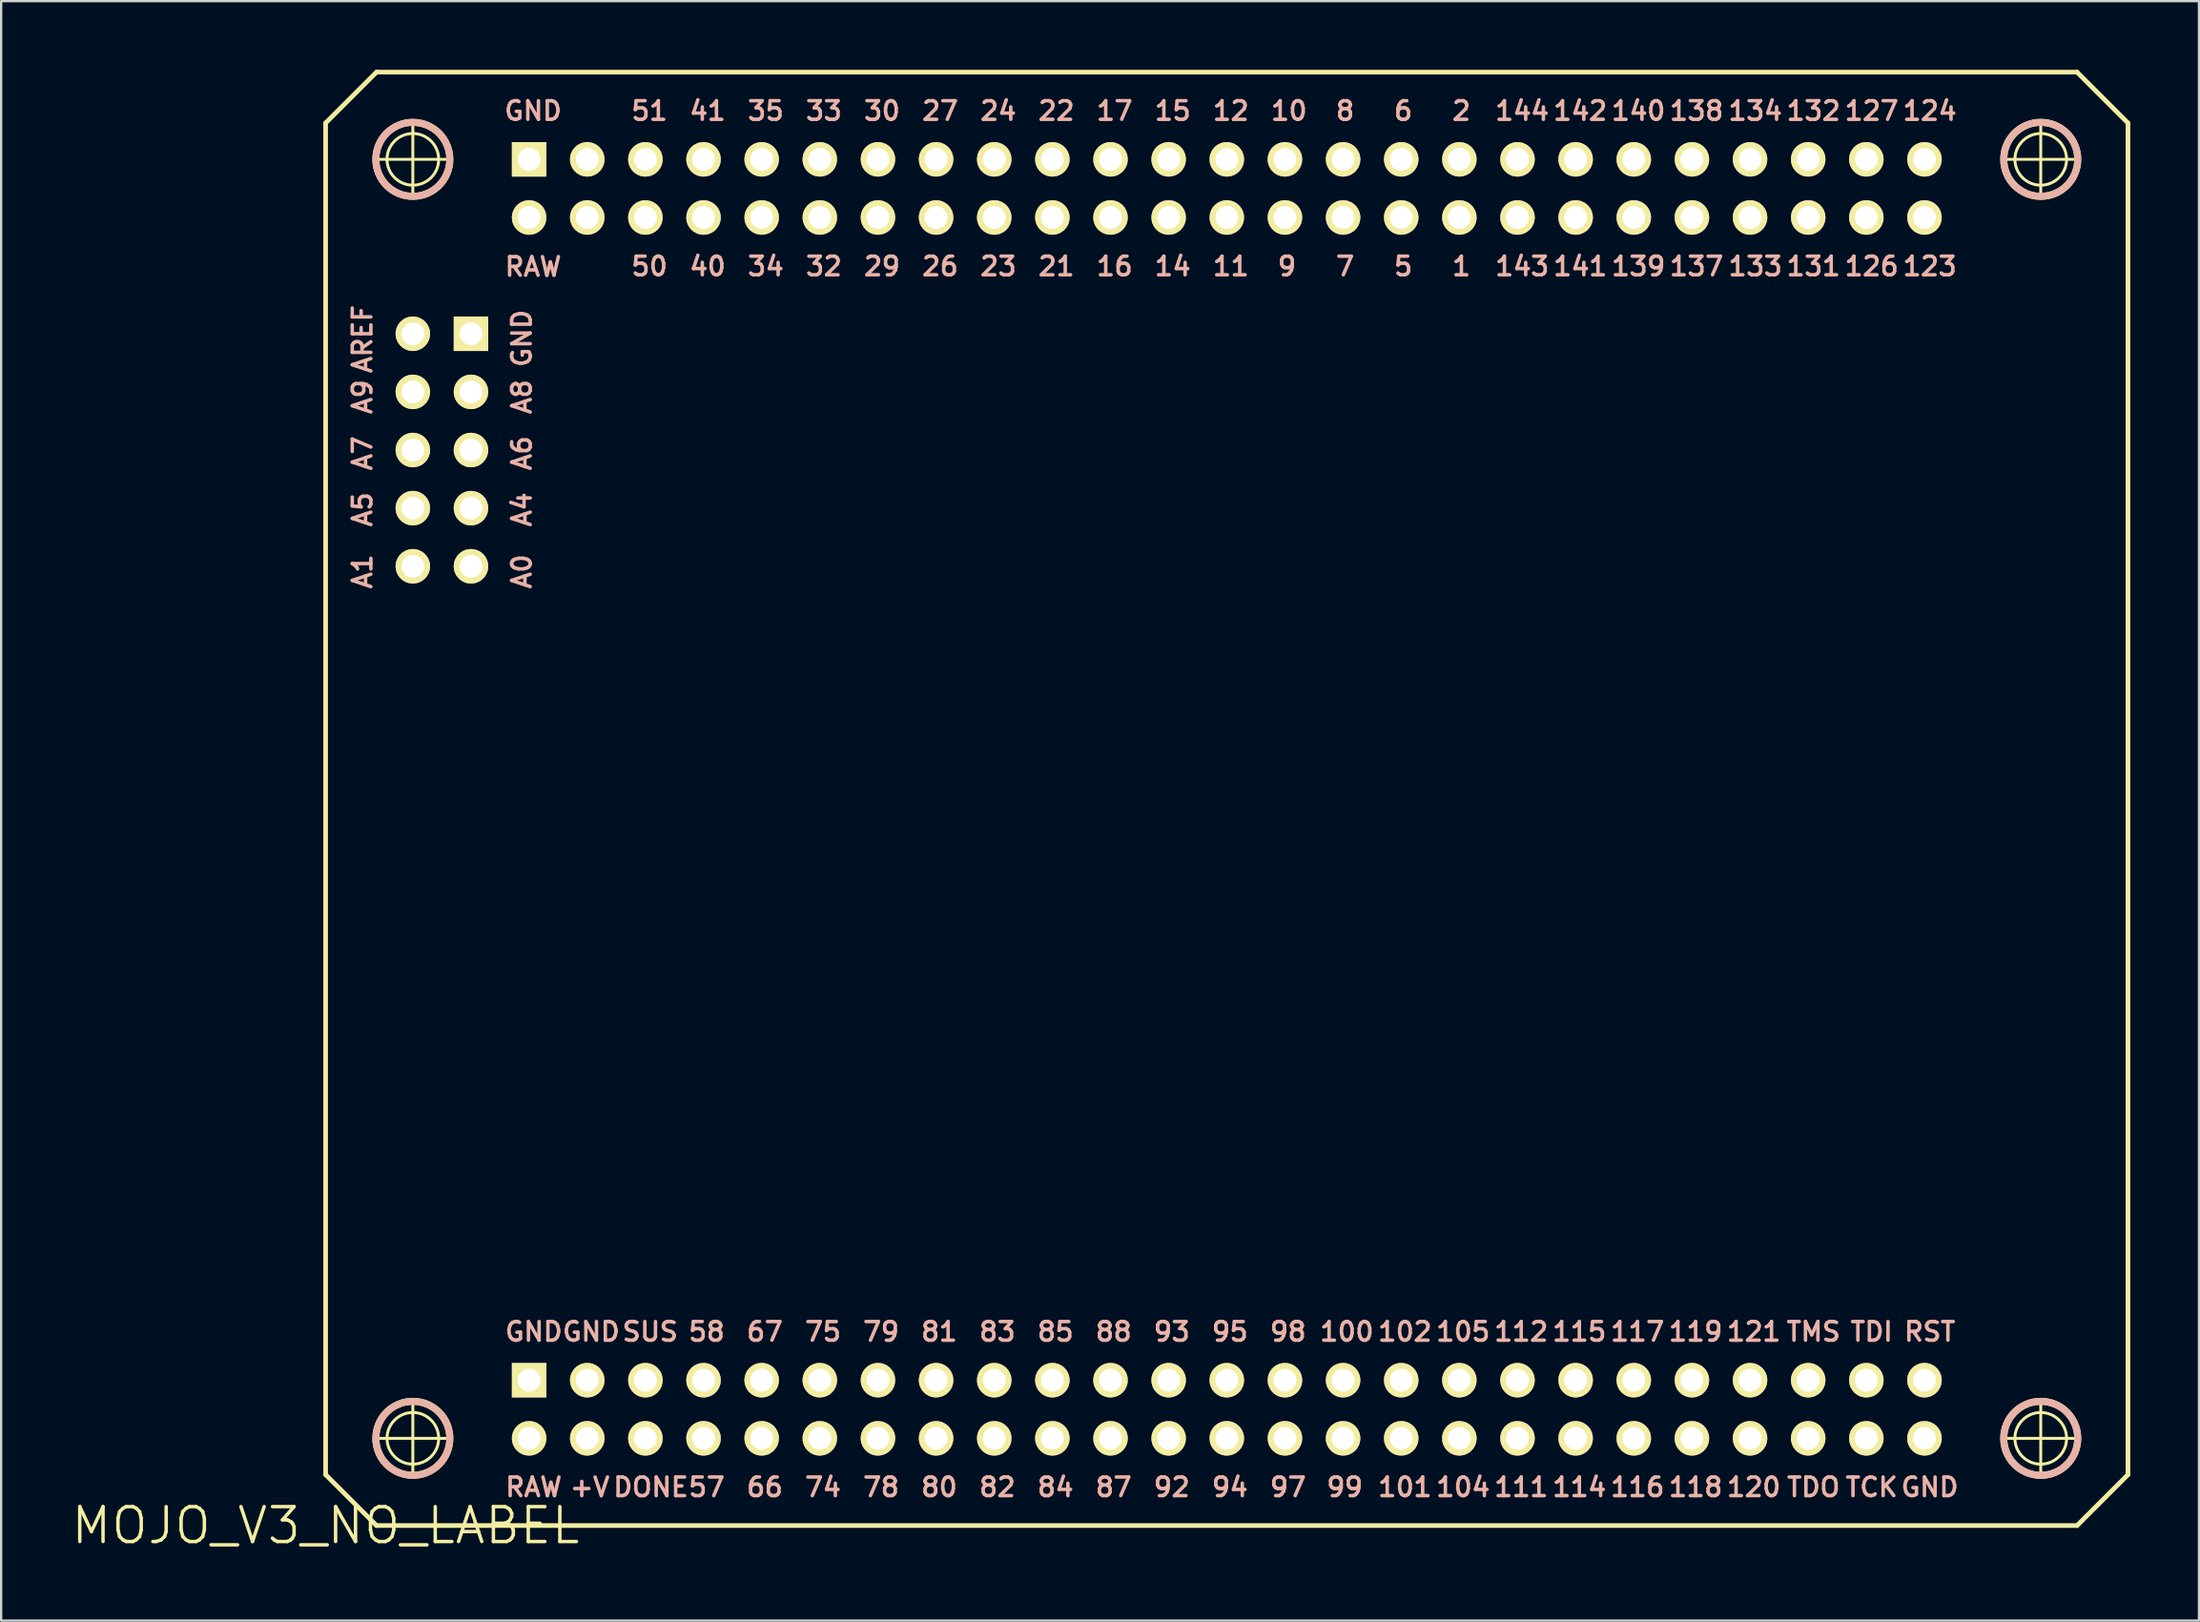
<source format=kicad_pcb>
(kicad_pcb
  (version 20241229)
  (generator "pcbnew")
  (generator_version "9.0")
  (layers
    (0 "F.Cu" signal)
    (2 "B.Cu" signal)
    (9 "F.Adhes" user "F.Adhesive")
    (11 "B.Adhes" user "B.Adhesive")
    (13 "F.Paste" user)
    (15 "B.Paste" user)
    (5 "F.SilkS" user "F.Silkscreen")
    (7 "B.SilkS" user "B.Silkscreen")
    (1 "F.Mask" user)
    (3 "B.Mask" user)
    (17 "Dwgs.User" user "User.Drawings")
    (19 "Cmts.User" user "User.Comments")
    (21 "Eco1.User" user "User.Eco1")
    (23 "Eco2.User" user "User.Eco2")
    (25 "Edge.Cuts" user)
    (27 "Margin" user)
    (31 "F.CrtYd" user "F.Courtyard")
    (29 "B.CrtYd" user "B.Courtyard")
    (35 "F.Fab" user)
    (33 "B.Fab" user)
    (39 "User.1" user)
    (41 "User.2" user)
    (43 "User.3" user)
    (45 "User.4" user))
  (footprint "MOJO_V3_NO_LABEL"
    (layer "F.Cu")
    (at 11.176 63.602)
    (property "Reference" "MOJO_V3_NO_LABEL" (at 0 0 0) (layer "F.SilkS") (effects (font (size 1.524 1.524) (thickness 0.15))))
    (attr exclude_from_pos_files exclude_from_bom)
    (fp_line (start 0 -61.278) (end 0 -2.223) (stroke (width 0.203) (type solid)) (layer "F.SilkS"))
    (fp_line (start 0 -2.223) (end 2.223 0) (stroke (width 0.203) (type solid)) (layer "F.SilkS"))
    (fp_line (start 2.21 -59.69) (end 5.408 -59.69) (stroke (width 0.127) (type solid)) (layer "F.SilkS"))
    (fp_line (start 2.21 -3.81) (end 5.408 -3.81) (stroke (width 0.127) (type solid)) (layer "F.SilkS"))
    (fp_line (start 2.223 -63.5) (end 0 -61.278) (stroke (width 0.203) (type solid)) (layer "F.SilkS"))
    (fp_line (start 2.223 0) (end 76.517 0) (stroke (width 0.203) (type solid)) (layer "F.SilkS"))
    (fp_line (start 3.81 -58.09) (end 3.81 -61.288) (stroke (width 0.127) (type solid)) (layer "F.SilkS"))
    (fp_line (start 3.81 -2.21) (end 3.81 -5.408) (stroke (width 0.127) (type solid)) (layer "F.SilkS"))
    (fp_line (start 73.33 -59.69) (end 76.528 -59.69) (stroke (width 0.127) (type solid)) (layer "F.SilkS"))
    (fp_line (start 73.33 -3.81) (end 76.528 -3.81) (stroke (width 0.127) (type solid)) (layer "F.SilkS"))
    (fp_line (start 74.93 -58.09) (end 74.93 -61.288) (stroke (width 0.127) (type solid)) (layer "F.SilkS"))
    (fp_line (start 74.93 -2.21) (end 74.93 -5.408) (stroke (width 0.127) (type solid)) (layer "F.SilkS"))
    (fp_line (start 76.517 -63.5) (end 2.223 -63.5) (stroke (width 0.203) (type solid)) (layer "F.SilkS"))
    (fp_line (start 76.517 0) (end 78.74 -2.223) (stroke (width 0.203) (type solid)) (layer "F.SilkS"))
    (fp_line (start 78.74 -61.278) (end 76.517 -63.5) (stroke (width 0.203) (type solid)) (layer "F.SilkS"))
    (fp_line (start 78.74 -2.223) (end 78.74 -61.278) (stroke (width 0.203) (type solid)) (layer "F.SilkS"))
    (fp_circle (center 3.81 -59.69) (end 4.608 -60.488) (stroke (width 0.127) (type solid)) (fill no) (layer "F.SilkS"))
    (fp_circle (center 3.81 -59.69) (end 4.953 -60.833) (stroke (width 0.305) (type solid)) (fill no) (layer "F.SilkS"))
    (fp_circle (center 3.81 -3.81) (end 4.608 -4.608) (stroke (width 0.127) (type solid)) (fill no) (layer "F.SilkS"))
    (fp_circle (center 3.81 -3.81) (end 4.953 -4.953) (stroke (width 0.305) (type solid)) (fill no) (layer "F.SilkS"))
    (fp_circle (center 74.93 -59.69) (end 75.728 -60.488) (stroke (width 0.127) (type solid)) (fill no) (layer "F.SilkS"))
    (fp_circle (center 74.93 -59.69) (end 76.073 -60.833) (stroke (width 0.305) (type solid)) (fill no) (layer "F.SilkS"))
    (fp_circle (center 74.93 -3.81) (end 75.728 -4.608) (stroke (width 0.127) (type solid)) (fill no) (layer "F.SilkS"))
    (fp_circle (center 74.93 -3.81) (end 76.073 -4.953) (stroke (width 0.305) (type solid)) (fill no) (layer "F.SilkS"))
    (fp_circle (center 3.81 -59.69) (end 4.953 -60.833) (stroke (width 0.305) (type solid)) (fill no) (layer "B.SilkS"))
    (fp_circle (center 3.81 -3.81) (end 4.953 -4.953) (stroke (width 0.305) (type solid)) (fill no) (layer "B.SilkS"))
    (fp_circle (center 74.93 -59.69) (end 76.073 -60.833) (stroke (width 0.305) (type solid)) (fill no) (layer "B.SilkS"))
    (fp_circle (center 74.93 -3.81) (end 76.073 -4.953) (stroke (width 0.305) (type solid)) (fill no) (layer "B.SilkS"))
    (fp_text user "GND" (at 9.093 -8.468 0) (layer "B.SilkS") (effects (font (size 0.813 0.813) (thickness 0.152))))
    (fp_text user "114" (at 54.773 -1.676 0) (layer "B.SilkS") (effects (font (size 0.813 0.813) (thickness 0.152))))
    (fp_text user "79" (at 24.267 -8.468 0) (layer "B.SilkS") (effects (font (size 0.813 0.813) (thickness 0.152))))
    (fp_text user "22" (at 31.925 -61.808 0) (layer "B.SilkS") (effects (font (size 0.813 0.813) (thickness 0.152))))
    (fp_text user "127" (at 67.541 -61.808 0) (layer "B.SilkS") (effects (font (size 0.813 0.813) (thickness 0.152))))
    (fp_text user "133" (at 62.461 -55.016 0) (layer "B.SilkS") (effects (font (size 0.813 0.813) (thickness 0.152))))
    (fp_text user "75" (at 21.727 -8.468 0) (layer "B.SilkS") (effects (font (size 0.813 0.813) (thickness 0.152))))
    (fp_text user "33" (at 21.768 -61.808 0) (layer "B.SilkS") (effects (font (size 0.813 0.813) (thickness 0.152))))
    (fp_text user "140" (at 57.353 -61.808 0) (layer "B.SilkS") (effects (font (size 0.813 0.813) (thickness 0.152))))
    (fp_text user "74" (at 21.727 -1.676 0) (layer "B.SilkS") (effects (font (size 0.813 0.813) (thickness 0.152))))
    (fp_text user "120" (at 62.393 -1.676 0) (layer "B.SilkS") (effects (font (size 0.813 0.813) (thickness 0.152))))
    (fp_text user "30" (at 24.308 -61.808 0) (layer "B.SilkS") (effects (font (size 0.813 0.813) (thickness 0.152))))
    (fp_text user "87" (at 34.427 -1.676 0) (layer "B.SilkS") (effects (font (size 0.813 0.813) (thickness 0.152))))
    (fp_text user "92" (at 36.967 -1.676 0) (layer "B.SilkS") (effects (font (size 0.813 0.813) (thickness 0.152))))
    (fp_text user "81" (at 26.807 -8.468 0) (layer "B.SilkS") (effects (font (size 0.813 0.813) (thickness 0.152))))
    (fp_text user "RAW" (at 9.065 -54.996 0) (layer "B.SilkS") (effects (font (size 0.813 0.813) (thickness 0.152))))
    (fp_text user "DONE" (at 14.209 -1.676 0) (layer "B.SilkS") (effects (font (size 0.813 0.813) (thickness 0.152))))
    (fp_text user "131" (at 65.001 -55.016 0) (layer "B.SilkS") (effects (font (size 0.813 0.813) (thickness 0.152))))
    (fp_text user "123" (at 70.081 -55.016 0) (layer "B.SilkS") (effects (font (size 0.813 0.813) (thickness 0.152))))
    (fp_text user "88" (at 34.427 -8.468 0) (layer "B.SilkS") (effects (font (size 0.813 0.813) (thickness 0.152))))
    (fp_text user "115" (at 54.773 -8.468 0) (layer "B.SilkS") (effects (font (size 0.813 0.813) (thickness 0.152))))
    (fp_text user "A5" (at 1.608 -44.392 270) (layer "B.SilkS") (effects (font (size 0.813 0.813) (thickness 0.152))))
    (fp_text user "A1" (at 1.608 -41.681 270) (layer "B.SilkS") (effects (font (size 0.813 0.813) (thickness 0.152))))
    (fp_text user "2" (at 49.619 -61.808 0) (layer "B.SilkS") (effects (font (size 0.813 0.813) (thickness 0.152))))
    (fp_text user "21" (at 31.925 -55.016 0) (layer "B.SilkS") (effects (font (size 0.813 0.813) (thickness 0.152))))
    (fp_text user "SUS" (at 14.178 -8.468 0) (layer "B.SilkS") (effects (font (size 0.813 0.813) (thickness 0.152))))
    (fp_text user "7" (at 44.539 -55.016 0) (layer "B.SilkS") (effects (font (size 0.813 0.813) (thickness 0.152))))
    (fp_text user "A6" (at 8.57 -46.85 270) (layer "B.SilkS") (effects (font (size 0.813 0.813) (thickness 0.152))))
    (fp_text user "16" (at 34.468 -55.016 0) (layer "B.SilkS") (effects (font (size 0.813 0.813) (thickness 0.152))))
    (fp_text user "119" (at 59.853 -8.468 0) (layer "B.SilkS") (effects (font (size 0.813 0.813) (thickness 0.152))))
    (fp_text user "8" (at 44.539 -61.808 0) (layer "B.SilkS") (effects (font (size 0.813 0.813) (thickness 0.152))))
    (fp_text user "51" (at 14.148 -61.808 0) (layer "B.SilkS") (effects (font (size 0.813 0.813) (thickness 0.152))))
    (fp_text user "111" (at 52.233 -1.676 0) (layer "B.SilkS") (effects (font (size 0.813 0.813) (thickness 0.152))))
    (fp_text user "58" (at 16.647 -8.468 0) (layer "B.SilkS") (effects (font (size 0.813 0.813) (thickness 0.152))))
    (fp_text user "85" (at 31.887 -8.468 0) (layer "B.SilkS") (effects (font (size 0.813 0.813) (thickness 0.152))))
    (fp_text user "GND" (at 11.6 -8.468 0) (layer "B.SilkS") (effects (font (size 0.813 0.813) (thickness 0.152))))
    (fp_text user "99" (at 44.524 -1.676 0) (layer "B.SilkS") (effects (font (size 0.813 0.813) (thickness 0.152))))
    (fp_text user "GND" (at 8.57 -51.869 270) (layer "B.SilkS") (effects (font (size 0.813 0.813) (thickness 0.152))))
    (fp_text user "100" (at 44.613 -8.468 0) (layer "B.SilkS") (effects (font (size 0.813 0.813) (thickness 0.152))))
    (fp_text user "141" (at 54.813 -55.016 0) (layer "B.SilkS") (effects (font (size 0.813 0.813) (thickness 0.152))))
    (fp_text user "142" (at 54.813 -61.808 0) (layer "B.SilkS") (effects (font (size 0.813 0.813) (thickness 0.152))))
    (fp_text user "9" (at 41.999 -55.016 0) (layer "B.SilkS") (effects (font (size 0.813 0.813) (thickness 0.152))))
    (fp_text user "17" (at 34.468 -61.808 0) (layer "B.SilkS") (effects (font (size 0.813 0.813) (thickness 0.152))))
    (fp_text user "144" (at 52.273 -61.808 0) (layer "B.SilkS") (effects (font (size 0.813 0.813) (thickness 0.152))))
    (fp_text user "139" (at 57.353 -55.016 0) (layer "B.SilkS") (effects (font (size 0.813 0.813) (thickness 0.152))))
    (fp_text user "RAW" (at 9.088 -1.676 0) (layer "B.SilkS") (effects (font (size 0.813 0.813) (thickness 0.152))))
    (fp_text user "34" (at 19.228 -55.016 0) (layer "B.SilkS") (effects (font (size 0.813 0.813) (thickness 0.152))))
    (fp_text user "95" (at 39.507 -8.468 0) (layer "B.SilkS") (effects (font (size 0.813 0.813) (thickness 0.152))))
    (fp_text user "121" (at 62.393 -8.468 0) (layer "B.SilkS") (effects (font (size 0.813 0.813) (thickness 0.152))))
    (fp_text user "6" (at 47.079 -61.808 0) (layer "B.SilkS") (effects (font (size 0.813 0.813) (thickness 0.152))))
    (fp_text user "78" (at 24.267 -1.676 0) (layer "B.SilkS") (effects (font (size 0.813 0.813) (thickness 0.152))))
    (fp_text user "105" (at 49.693 -8.468 0) (layer "B.SilkS") (effects (font (size 0.813 0.813) (thickness 0.152))))
    (fp_text user "93" (at 36.967 -8.468 0) (layer "B.SilkS") (effects (font (size 0.813 0.813) (thickness 0.152))))
    (fp_text user "RST" (at 70.081 -8.468 0) (layer "B.SilkS") (effects (font (size 0.813 0.813) (thickness 0.152))))
    (fp_text user "10" (at 42.088 -61.808 0) (layer "B.SilkS") (effects (font (size 0.813 0.813) (thickness 0.152))))
    (fp_text user "97" (at 42.047 -1.676 0) (layer "B.SilkS") (effects (font (size 0.813 0.813) (thickness 0.152))))
    (fp_text user "AREF" (at 1.608 -51.839 270) (layer "B.SilkS") (effects (font (size 0.813 0.813) (thickness 0.152))))
    (fp_text user "104" (at 49.693 -1.676 0) (layer "B.SilkS") (effects (font (size 0.813 0.813) (thickness 0.152))))
    (fp_text user "66" (at 19.187 -1.676 0) (layer "B.SilkS") (effects (font (size 0.813 0.813) (thickness 0.152))))
    (fp_text user "A4" (at 8.57 -44.392 270) (layer "B.SilkS") (effects (font (size 0.813 0.813) (thickness 0.152))))
    (fp_text user "26" (at 26.848 -55.016 0) (layer "B.SilkS") (effects (font (size 0.813 0.813) (thickness 0.152))))
    (fp_text user "41" (at 16.688 -61.808 0) (layer "B.SilkS") (effects (font (size 0.813 0.813) (thickness 0.152))))
    (fp_text user "132" (at 65.001 -61.808 0) (layer "B.SilkS") (effects (font (size 0.813 0.813) (thickness 0.152))))
    (fp_text user "98" (at 42.047 -8.468 0) (layer "B.SilkS") (effects (font (size 0.813 0.813) (thickness 0.152))))
    (fp_text user "124" (at 70.081 -61.808 0) (layer "B.SilkS") (effects (font (size 0.813 0.813) (thickness 0.152))))
    (fp_text user "50" (at 14.148 -55.016 0) (layer "B.SilkS") (effects (font (size 0.813 0.813) (thickness 0.152))))
    (fp_text user "84" (at 31.887 -1.676 0) (layer "B.SilkS") (effects (font (size 0.813 0.813) (thickness 0.152))))
    (fp_text user "94" (at 39.507 -1.676 0) (layer "B.SilkS") (effects (font (size 0.813 0.813) (thickness 0.152))))
    (fp_text user "A0" (at 8.57 -41.681 270) (layer "B.SilkS") (effects (font (size 0.813 0.813) (thickness 0.152))))
    (fp_text user "80" (at 26.807 -1.676 0) (layer "B.SilkS") (effects (font (size 0.813 0.813) (thickness 0.152))))
    (fp_text user "5" (at 47.079 -55.016 0) (layer "B.SilkS") (effects (font (size 0.813 0.813) (thickness 0.152))))
    (fp_text user "101" (at 47.153 -1.676 0) (layer "B.SilkS") (effects (font (size 0.813 0.813) (thickness 0.152))))
    (fp_text user "A9" (at 1.608 -49.312 270) (layer "B.SilkS") (effects (font (size 0.813 0.813) (thickness 0.152))))
    (fp_text user "23" (at 29.388 -55.016 0) (layer "B.SilkS") (effects (font (size 0.813 0.813) (thickness 0.152))))
    (fp_text user "24" (at 29.388 -61.808 0) (layer "B.SilkS") (effects (font (size 0.813 0.813) (thickness 0.152))))
    (fp_text user "1" (at 49.619 -55.016 0) (layer "B.SilkS") (effects (font (size 0.813 0.813) (thickness 0.152))))
    (fp_text user "35" (at 19.228 -61.808 0) (layer "B.SilkS") (effects (font (size 0.813 0.813) (thickness 0.152))))
    (fp_text user "126" (at 67.541 -55.016 0) (layer "B.SilkS") (effects (font (size 0.813 0.813) (thickness 0.152))))
    (fp_text user "82" (at 29.347 -1.676 0) (layer "B.SilkS") (effects (font (size 0.813 0.813) (thickness 0.152))))
    (fp_text user "GND" (at 9.065 -61.808 0) (layer "B.SilkS") (effects (font (size 0.813 0.813) (thickness 0.152))))
    (fp_text user "102" (at 47.153 -8.468 0) (layer "B.SilkS") (effects (font (size 0.813 0.813) (thickness 0.152))))
    (fp_text user "TMS" (at 65.001 -8.468 0) (layer "B.SilkS") (effects (font (size 0.813 0.813) (thickness 0.152))))
    (fp_text user "27" (at 26.848 -61.808 0) (layer "B.SilkS") (effects (font (size 0.813 0.813) (thickness 0.152))))
    (fp_text user "112" (at 52.233 -8.468 0) (layer "B.SilkS") (effects (font (size 0.813 0.813) (thickness 0.152))))
    (fp_text user "83" (at 29.347 -8.468 0) (layer "B.SilkS") (effects (font (size 0.813 0.813) (thickness 0.152))))
    (fp_text user "TDO" (at 65.001 -1.676 0) (layer "B.SilkS") (effects (font (size 0.813 0.813) (thickness 0.152))))
    (fp_text user "GND" (at 70.081 -1.676 0) (layer "B.SilkS") (effects (font (size 0.813 0.813) (thickness 0.152))))
    (fp_text user "+V" (at 11.539 -1.676 0) (layer "B.SilkS") (effects (font (size 0.813 0.813) (thickness 0.152))))
    (fp_text user "12" (at 39.548 -61.808 0) (layer "B.SilkS") (effects (font (size 0.813 0.813) (thickness 0.152))))
    (fp_text user "40" (at 16.688 -55.016 0) (layer "B.SilkS") (effects (font (size 0.813 0.813) (thickness 0.152))))
    (fp_text user "117" (at 57.313 -8.468 0) (layer "B.SilkS") (effects (font (size 0.813 0.813) (thickness 0.152))))
    (fp_text user "TDI" (at 67.541 -8.468 0) (layer "B.SilkS") (effects (font (size 0.813 0.813) (thickness 0.152))))
    (fp_text user "A8" (at 8.57 -49.312 270) (layer "B.SilkS") (effects (font (size 0.813 0.813) (thickness 0.152))))
    (fp_text user "A7" (at 1.608 -46.85 270) (layer "B.SilkS") (effects (font (size 0.813 0.813) (thickness 0.152))))
    (fp_text user "32" (at 21.768 -55.016 0) (layer "B.SilkS") (effects (font (size 0.813 0.813) (thickness 0.152))))
    (fp_text user "134" (at 62.461 -61.808 0) (layer "B.SilkS") (effects (font (size 0.813 0.813) (thickness 0.152))))
    (fp_text user "118" (at 59.853 -1.676 0) (layer "B.SilkS") (effects (font (size 0.813 0.813) (thickness 0.152))))
    (fp_text user "137" (at 59.893 -55.016 0) (layer "B.SilkS") (effects (font (size 0.813 0.813) (thickness 0.152))))
    (fp_text user "116" (at 57.313 -1.676 0) (layer "B.SilkS") (effects (font (size 0.813 0.813) (thickness 0.152))))
    (fp_text user "29" (at 24.308 -55.016 0) (layer "B.SilkS") (effects (font (size 0.813 0.813) (thickness 0.152))))
    (fp_text user "TCK" (at 67.541 -1.676 0) (layer "B.SilkS") (effects (font (size 0.813 0.813) (thickness 0.152))))
    (fp_text user "67" (at 19.187 -8.468 0) (layer "B.SilkS") (effects (font (size 0.813 0.813) (thickness 0.152))))
    (fp_text user "143" (at 52.273 -55.016 0) (layer "B.SilkS") (effects (font (size 0.813 0.813) (thickness 0.152))))
    (fp_text user "15" (at 37.008 -61.808 0) (layer "B.SilkS") (effects (font (size 0.813 0.813) (thickness 0.152))))
    (fp_text user "57" (at 16.647 -1.676 0) (layer "B.SilkS") (effects (font (size 0.813 0.813) (thickness 0.152))))
    (fp_text user "14" (at 37.008 -55.016 0) (layer "B.SilkS") (effects (font (size 0.813 0.813) (thickness 0.152))))
    (fp_text user "138" (at 59.893 -61.808 0) (layer "B.SilkS") (effects (font (size 0.813 0.813) (thickness 0.152))))
    (fp_text user "11" (at 39.548 -55.016 0) (layer "B.SilkS") (effects (font (size 0.813 0.813) (thickness 0.152))))
    (pad "1" thru_hole circle (at 49.53 -57.15) (size 1.506 1.506) (drill 0.998) (layers "*.Cu" "F.Mask" "F.SilkS" "F.Paste"))
    (pad "2" thru_hole circle (at 49.53 -59.69) (size 1.506 1.506) (drill 0.998) (layers "*.Cu" "F.Mask" "F.SilkS" "F.Paste"))
    (pad "5" thru_hole circle (at 46.99 -57.15) (size 1.506 1.506) (drill 0.998) (layers "*.Cu" "F.Mask" "F.SilkS" "F.Paste"))
    (pad "6" thru_hole circle (at 46.99 -59.69) (size 1.506 1.506) (drill 0.998) (layers "*.Cu" "F.Mask" "F.SilkS" "F.Paste"))
    (pad "7" thru_hole circle (at 44.45 -57.15) (size 1.506 1.506) (drill 0.998) (layers "*.Cu" "F.Mask" "F.SilkS" "F.Paste"))
    (pad "8" thru_hole circle (at 44.45 -59.69) (size 1.506 1.506) (drill 0.998) (layers "*.Cu" "F.Mask" "F.SilkS" "F.Paste"))
    (pad "9" thru_hole circle (at 41.91 -57.15) (size 1.506 1.506) (drill 0.998) (layers "*.Cu" "F.Mask" "F.SilkS" "F.Paste"))
    (pad "10" thru_hole circle (at 41.91 -59.69) (size 1.506 1.506) (drill 0.998) (layers "*.Cu" "F.Mask" "F.SilkS" "F.Paste"))
    (pad "11" thru_hole circle (at 39.37 -57.15) (size 1.506 1.506) (drill 0.998) (layers "*.Cu" "F.Mask" "F.SilkS" "F.Paste"))
    (pad "12" thru_hole circle (at 39.37 -59.69) (size 1.506 1.506) (drill 0.998) (layers "*.Cu" "F.Mask" "F.SilkS" "F.Paste"))
    (pad "14" thru_hole circle (at 36.83 -57.15) (size 1.506 1.506) (drill 0.998) (layers "*.Cu" "F.Mask" "F.SilkS" "F.Paste"))
    (pad "15" thru_hole circle (at 36.83 -59.69) (size 1.506 1.506) (drill 0.998) (layers "*.Cu" "F.Mask" "F.SilkS" "F.Paste"))
    (pad "16" thru_hole circle (at 34.29 -57.15) (size 1.506 1.506) (drill 0.998) (layers "*.Cu" "F.Mask" "F.SilkS" "F.Paste"))
    (pad "17" thru_hole circle (at 34.29 -59.69) (size 1.506 1.506) (drill 0.998) (layers "*.Cu" "F.Mask" "F.SilkS" "F.Paste"))
    (pad "21" thru_hole circle (at 31.75 -57.15) (size 1.506 1.506) (drill 0.998) (layers "*.Cu" "F.Mask" "F.SilkS" "F.Paste"))
    (pad "22" thru_hole circle (at 31.75 -59.69) (size 1.506 1.506) (drill 0.998) (layers "*.Cu" "F.Mask" "F.SilkS" "F.Paste"))
    (pad "23" thru_hole circle (at 29.21 -57.15) (size 1.506 1.506) (drill 0.998) (layers "*.Cu" "F.Mask" "F.SilkS" "F.Paste"))
    (pad "24" thru_hole circle (at 29.21 -59.69) (size 1.506 1.506) (drill 0.998) (layers "*.Cu" "F.Mask" "F.SilkS" "F.Paste"))
    (pad "26" thru_hole circle (at 26.67 -57.15) (size 1.506 1.506) (drill 0.998) (layers "*.Cu" "F.Mask" "F.SilkS" "F.Paste"))
    (pad "27" thru_hole circle (at 26.67 -59.69) (size 1.506 1.506) (drill 0.998) (layers "*.Cu" "F.Mask" "F.SilkS" "F.Paste"))
    (pad "29" thru_hole circle (at 24.13 -57.15) (size 1.506 1.506) (drill 0.998) (layers "*.Cu" "F.Mask" "F.SilkS" "F.Paste"))
    (pad "30" thru_hole circle (at 24.13 -59.69) (size 1.506 1.506) (drill 0.998) (layers "*.Cu" "F.Mask" "F.SilkS" "F.Paste"))
    (pad "32" thru_hole circle (at 21.59 -57.15) (size 1.506 1.506) (drill 0.998) (layers "*.Cu" "F.Mask" "F.SilkS" "F.Paste"))
    (pad "33" thru_hole circle (at 21.59 -59.69) (size 1.506 1.506) (drill 0.998) (layers "*.Cu" "F.Mask" "F.SilkS" "F.Paste"))
    (pad "34" thru_hole circle (at 19.05 -57.15) (size 1.506 1.506) (drill 0.998) (layers "*.Cu" "F.Mask" "F.SilkS" "F.Paste"))
    (pad "35" thru_hole circle (at 19.05 -59.69) (size 1.506 1.506) (drill 0.998) (layers "*.Cu" "F.Mask" "F.SilkS" "F.Paste"))
    (pad "40" thru_hole circle (at 16.51 -57.15) (size 1.506 1.506) (drill 0.998) (layers "*.Cu" "F.Mask" "F.SilkS" "F.Paste"))
    (pad "41" thru_hole circle (at 16.51 -59.69) (size 1.506 1.506) (drill 0.998) (layers "*.Cu" "F.Mask" "F.SilkS" "F.Paste"))
    (pad "50" thru_hole circle (at 13.97 -57.15) (size 1.506 1.506) (drill 0.998) (layers "*.Cu" "F.Mask" "F.SilkS" "F.Paste"))
    (pad "51" thru_hole circle (at 13.97 -59.69) (size 1.506 1.506) (drill 0.998) (layers "*.Cu" "F.Mask" "F.SilkS" "F.Paste"))
    (pad "57" thru_hole circle (at 16.51 -3.81) (size 1.506 1.506) (drill 0.998) (layers "*.Cu" "F.Mask" "F.SilkS" "F.Paste"))
    (pad "58" thru_hole circle (at 16.51 -6.35) (size 1.506 1.506) (drill 0.998) (layers "*.Cu" "F.Mask" "F.SilkS" "F.Paste"))
    (pad "66" thru_hole circle (at 19.05 -3.81) (size 1.506 1.506) (drill 0.998) (layers "*.Cu" "F.Mask" "F.SilkS" "F.Paste"))
    (pad "67" thru_hole circle (at 19.05 -6.35) (size 1.506 1.506) (drill 0.998) (layers "*.Cu" "F.Mask" "F.SilkS" "F.Paste"))
    (pad "74" thru_hole circle (at 21.59 -3.81) (size 1.506 1.506) (drill 0.998) (layers "*.Cu" "F.Mask" "F.SilkS" "F.Paste"))
    (pad "75" thru_hole circle (at 21.59 -6.35) (size 1.506 1.506) (drill 0.998) (layers "*.Cu" "F.Mask" "F.SilkS" "F.Paste"))
    (pad "78" thru_hole circle (at 24.13 -3.81) (size 1.506 1.506) (drill 0.998) (layers "*.Cu" "F.Mask" "F.SilkS" "F.Paste"))
    (pad "79" thru_hole circle (at 24.13 -6.35) (size 1.506 1.506) (drill 0.998) (layers "*.Cu" "F.Mask" "F.SilkS" "F.Paste"))
    (pad "80" thru_hole circle (at 26.67 -3.81) (size 1.506 1.506) (drill 0.998) (layers "*.Cu" "F.Mask" "F.SilkS" "F.Paste"))
    (pad "81" thru_hole circle (at 26.67 -6.35) (size 1.506 1.506) (drill 0.998) (layers "*.Cu" "F.Mask" "F.SilkS" "F.Paste"))
    (pad "82" thru_hole circle (at 29.21 -3.81) (size 1.506 1.506) (drill 0.998) (layers "*.Cu" "F.Mask" "F.SilkS" "F.Paste"))
    (pad "83" thru_hole circle (at 29.21 -6.35) (size 1.506 1.506) (drill 0.998) (layers "*.Cu" "F.Mask" "F.SilkS" "F.Paste"))
    (pad "84" thru_hole circle (at 31.75 -3.81) (size 1.506 1.506) (drill 0.998) (layers "*.Cu" "F.Mask" "F.SilkS" "F.Paste"))
    (pad "85" thru_hole circle (at 31.75 -6.35) (size 1.506 1.506) (drill 0.998) (layers "*.Cu" "F.Mask" "F.SilkS" "F.Paste"))
    (pad "87" thru_hole circle (at 34.29 -3.81) (size 1.506 1.506) (drill 0.998) (layers "*.Cu" "F.Mask" "F.SilkS" "F.Paste"))
    (pad "88" thru_hole circle (at 34.29 -6.35) (size 1.506 1.506) (drill 0.998) (layers "*.Cu" "F.Mask" "F.SilkS" "F.Paste"))
    (pad "92" thru_hole circle (at 36.83 -3.81) (size 1.506 1.506) (drill 0.998) (layers "*.Cu" "F.Mask" "F.SilkS" "F.Paste"))
    (pad "93" thru_hole circle (at 36.83 -6.35) (size 1.506 1.506) (drill 0.998) (layers "*.Cu" "F.Mask" "F.SilkS" "F.Paste"))
    (pad "94" thru_hole circle (at 39.37 -3.81) (size 1.506 1.506) (drill 0.998) (layers "*.Cu" "F.Mask" "F.SilkS" "F.Paste"))
    (pad "95" thru_hole circle (at 39.37 -6.35) (size 1.506 1.506) (drill 0.998) (layers "*.Cu" "F.Mask" "F.SilkS" "F.Paste"))
    (pad "97" thru_hole circle (at 41.91 -3.81) (size 1.506 1.506) (drill 0.998) (layers "*.Cu" "F.Mask" "F.SilkS" "F.Paste"))
    (pad "98" thru_hole circle (at 41.91 -6.35) (size 1.506 1.506) (drill 0.998) (layers "*.Cu" "F.Mask" "F.SilkS" "F.Paste"))
    (pad "99" thru_hole circle (at 44.45 -3.81) (size 1.506 1.506) (drill 0.998) (layers "*.Cu" "F.Mask" "F.SilkS" "F.Paste"))
    (pad "100" thru_hole circle (at 44.45 -6.35) (size 1.506 1.506) (drill 0.998) (layers "*.Cu" "F.Mask" "F.SilkS" "F.Paste"))
    (pad "101" thru_hole circle (at 46.99 -3.81) (size 1.506 1.506) (drill 0.998) (layers "*.Cu" "F.Mask" "F.SilkS" "F.Paste"))
    (pad "102" thru_hole circle (at 46.99 -6.35) (size 1.506 1.506) (drill 0.998) (layers "*.Cu" "F.Mask" "F.SilkS" "F.Paste"))
    (pad "104" thru_hole circle (at 49.53 -3.81) (size 1.506 1.506) (drill 0.998) (layers "*.Cu" "F.Mask" "F.SilkS" "F.Paste"))
    (pad "105" thru_hole circle (at 49.53 -6.35) (size 1.506 1.506) (drill 0.998) (layers "*.Cu" "F.Mask" "F.SilkS" "F.Paste"))
    (pad "111" thru_hole circle (at 52.07 -3.81) (size 1.506 1.506) (drill 0.998) (layers "*.Cu" "F.Mask" "F.SilkS" "F.Paste"))
    (pad "112" thru_hole circle (at 52.07 -6.35) (size 1.506 1.506) (drill 0.998) (layers "*.Cu" "F.Mask" "F.SilkS" "F.Paste"))
    (pad "114" thru_hole circle (at 54.61 -3.81) (size 1.506 1.506) (drill 0.998) (layers "*.Cu" "F.Mask" "F.SilkS" "F.Paste"))
    (pad "115" thru_hole circle (at 54.61 -6.35) (size 1.506 1.506) (drill 0.998) (layers "*.Cu" "F.Mask" "F.SilkS" "F.Paste"))
    (pad "116" thru_hole circle (at 57.15 -3.81) (size 1.506 1.506) (drill 0.998) (layers "*.Cu" "F.Mask" "F.SilkS" "F.Paste"))
    (pad "117" thru_hole circle (at 57.15 -6.35) (size 1.506 1.506) (drill 0.998) (layers "*.Cu" "F.Mask" "F.SilkS" "F.Paste"))
    (pad "118" thru_hole circle (at 59.69 -3.81) (size 1.506 1.506) (drill 0.998) (layers "*.Cu" "F.Mask" "F.SilkS" "F.Paste"))
    (pad "119" thru_hole circle (at 59.69 -6.35) (size 1.506 1.506) (drill 0.998) (layers "*.Cu" "F.Mask" "F.SilkS" "F.Paste"))
    (pad "120" thru_hole circle (at 62.23 -3.81) (size 1.506 1.506) (drill 0.998) (layers "*.Cu" "F.Mask" "F.SilkS" "F.Paste"))
    (pad "121" thru_hole circle (at 62.23 -6.35) (size 1.506 1.506) (drill 0.998) (layers "*.Cu" "F.Mask" "F.SilkS" "F.Paste"))
    (pad "123" thru_hole circle (at 69.85 -57.15) (size 1.506 1.506) (drill 0.998) (layers "*.Cu" "F.Mask" "F.SilkS" "F.Paste"))
    (pad "124" thru_hole circle (at 69.85 -59.69) (size 1.506 1.506) (drill 0.998) (layers "*.Cu" "F.Mask" "F.SilkS" "F.Paste"))
    (pad "126" thru_hole circle (at 67.31 -57.15) (size 1.506 1.506) (drill 0.998) (layers "*.Cu" "F.Mask" "F.SilkS" "F.Paste"))
    (pad "127" thru_hole circle (at 67.31 -59.69) (size 1.506 1.506) (drill 0.998) (layers "*.Cu" "F.Mask" "F.SilkS" "F.Paste"))
    (pad "131" thru_hole circle (at 64.77 -57.15) (size 1.506 1.506) (drill 0.998) (layers "*.Cu" "F.Mask" "F.SilkS" "F.Paste"))
    (pad "132" thru_hole circle (at 64.77 -59.69) (size 1.506 1.506) (drill 0.998) (layers "*.Cu" "F.Mask" "F.SilkS" "F.Paste"))
    (pad "133" thru_hole circle (at 62.23 -57.15) (size 1.506 1.506) (drill 0.998) (layers "*.Cu" "F.Mask" "F.SilkS" "F.Paste"))
    (pad "134" thru_hole circle (at 62.23 -59.69) (size 1.506 1.506) (drill 0.998) (layers "*.Cu" "F.Mask" "F.SilkS" "F.Paste"))
    (pad "137" thru_hole circle (at 59.69 -57.15) (size 1.506 1.506) (drill 0.998) (layers "*.Cu" "F.Mask" "F.SilkS" "F.Paste"))
    (pad "138" thru_hole circle (at 59.69 -59.69) (size 1.506 1.506) (drill 0.998) (layers "*.Cu" "F.Mask" "F.SilkS" "F.Paste"))
    (pad "139" thru_hole circle (at 57.15 -57.15) (size 1.506 1.506) (drill 0.998) (layers "*.Cu" "F.Mask" "F.SilkS" "F.Paste"))
    (pad "140" thru_hole circle (at 57.15 -59.69) (size 1.506 1.506) (drill 0.998) (layers "*.Cu" "F.Mask" "F.SilkS" "F.Paste"))
    (pad "141" thru_hole circle (at 54.61 -57.15) (size 1.506 1.506) (drill 0.998) (layers "*.Cu" "F.Mask" "F.SilkS" "F.Paste"))
    (pad "142" thru_hole circle (at 54.61 -59.69) (size 1.506 1.506) (drill 0.998) (layers "*.Cu" "F.Mask" "F.SilkS" "F.Paste"))
    (pad "143" thru_hole circle (at 52.07 -57.15) (size 1.506 1.506) (drill 0.998) (layers "*.Cu" "F.Mask" "F.SilkS" "F.Paste"))
    (pad "144" thru_hole circle (at 52.07 -59.69) (size 1.506 1.506) (drill 0.998) (layers "*.Cu" "F.Mask" "F.SilkS" "F.Paste"))
    (pad "A0" thru_hole circle (at 6.35 -41.91) (size 1.506 1.506) (drill 0.998) (layers "*.Cu" "F.Mask" "F.SilkS" "F.Paste"))
    (pad "A1" thru_hole circle (at 3.81 -41.91) (size 1.506 1.506) (drill 0.998) (layers "*.Cu" "F.Mask" "F.SilkS" "F.Paste"))
    (pad "A4" thru_hole circle (at 6.35 -44.45) (size 1.506 1.506) (drill 0.998) (layers "*.Cu" "F.Mask" "F.SilkS" "F.Paste"))
    (pad "A5" thru_hole circle (at 3.81 -44.45) (size 1.506 1.506) (drill 0.998) (layers "*.Cu" "F.Mask" "F.SilkS" "F.Paste"))
    (pad "A6" thru_hole circle (at 6.35 -46.99) (size 1.506 1.506) (drill 0.998) (layers "*.Cu" "F.Mask" "F.SilkS" "F.Paste"))
    (pad "A7" thru_hole circle (at 3.81 -46.99) (size 1.506 1.506) (drill 0.998) (layers "*.Cu" "F.Mask" "F.SilkS" "F.Paste"))
    (pad "A8" thru_hole circle (at 6.35 -49.53) (size 1.506 1.506) (drill 0.998) (layers "*.Cu" "F.Mask" "F.SilkS" "F.Paste"))
    (pad "A9" thru_hole circle (at 3.81 -49.53) (size 1.506 1.506) (drill 0.998) (layers "*.Cu" "F.Mask" "F.SilkS" "F.Paste"))
    (pad "AREF" thru_hole circle (at 3.81 -52.07) (size 1.506 1.506) (drill 0.998) (layers "*.Cu" "F.Mask" "F.SilkS" "F.Paste"))
    (pad "DONE" thru_hole circle (at 13.97 -3.81) (size 1.506 1.506) (drill 0.998) (layers "*.Cu" "F.Mask" "F.SilkS" "F.Paste"))
    (pad "GND@" thru_hole rect (at 6.35 -52.07) (size 1.506 1.506) (drill 0.998) (layers "*.Cu" "F.Mask" "F.SilkS" "F.Paste"))
    (pad "GND@" thru_hole rect (at 8.89 -59.69) (size 1.506 1.506) (drill 0.998) (layers "*.Cu" "F.Mask" "F.SilkS" "F.Paste"))
    (pad "GND@" thru_hole rect (at 8.89 -6.35) (size 1.506 1.506) (drill 0.998) (layers "*.Cu" "F.Mask" "F.SilkS" "F.Paste"))
    (pad "GND@" thru_hole circle (at 11.43 -59.69) (size 1.506 1.506) (drill 0.998) (layers "*.Cu" "F.Mask" "F.SilkS" "F.Paste"))
    (pad "GND@" thru_hole circle (at 11.43 -6.35) (size 1.506 1.506) (drill 0.998) (layers "*.Cu" "F.Mask" "F.SilkS" "F.Paste"))
    (pad "GND@" thru_hole circle (at 69.85 -3.81) (size 1.506 1.506) (drill 0.998) (layers "*.Cu" "F.Mask" "F.SilkS" "F.Paste"))
    (pad "RAW@" thru_hole circle (at 8.89 -57.15) (size 1.506 1.506) (drill 0.998) (layers "*.Cu" "F.Mask" "F.SilkS" "F.Paste"))
    (pad "RAW@" thru_hole circle (at 8.89 -3.81) (size 1.506 1.506) (drill 0.998) (layers "*.Cu" "F.Mask" "F.SilkS" "F.Paste"))
    (pad "RST" thru_hole circle (at 69.85 -6.35) (size 1.506 1.506) (drill 0.998) (layers "*.Cu" "F.Mask" "F.SilkS" "F.Paste"))
    (pad "SUS" thru_hole circle (at 13.97 -6.35) (size 1.506 1.506) (drill 0.998) (layers "*.Cu" "F.Mask" "F.SilkS" "F.Paste"))
    (pad "TCK" thru_hole circle (at 67.31 -3.81) (size 1.506 1.506) (drill 0.998) (layers "*.Cu" "F.Mask" "F.SilkS" "F.Paste"))
    (pad "TDI" thru_hole circle (at 67.31 -6.35) (size 1.506 1.506) (drill 0.998) (layers "*.Cu" "F.Mask" "F.SilkS" "F.Paste"))
    (pad "TDO" thru_hole circle (at 64.77 -3.81) (size 1.506 1.506) (drill 0.998) (layers "*.Cu" "F.Mask" "F.SilkS" "F.Paste"))
    (pad "TMS" thru_hole circle (at 64.77 -6.35) (size 1.506 1.506) (drill 0.998) (layers "*.Cu" "F.Mask" "F.SilkS" "F.Paste"))
    (pad "V@1" thru_hole circle (at 11.43 -57.15) (size 1.506 1.506) (drill 0.998) (layers "*.Cu" "F.Mask" "F.SilkS" "F.Paste"))
    (pad "V@2" thru_hole circle (at 11.43 -3.81) (size 1.506 1.506) (drill 0.998) (layers "*.Cu" "F.Mask" "F.SilkS" "F.Paste")))
  (gr_rect
    (start -3 -3)
    (end 93.018 67.756)
    (stroke (width 0.1) (type default))
    (fill no)
    (layer "Edge.Cuts")))
</source>
